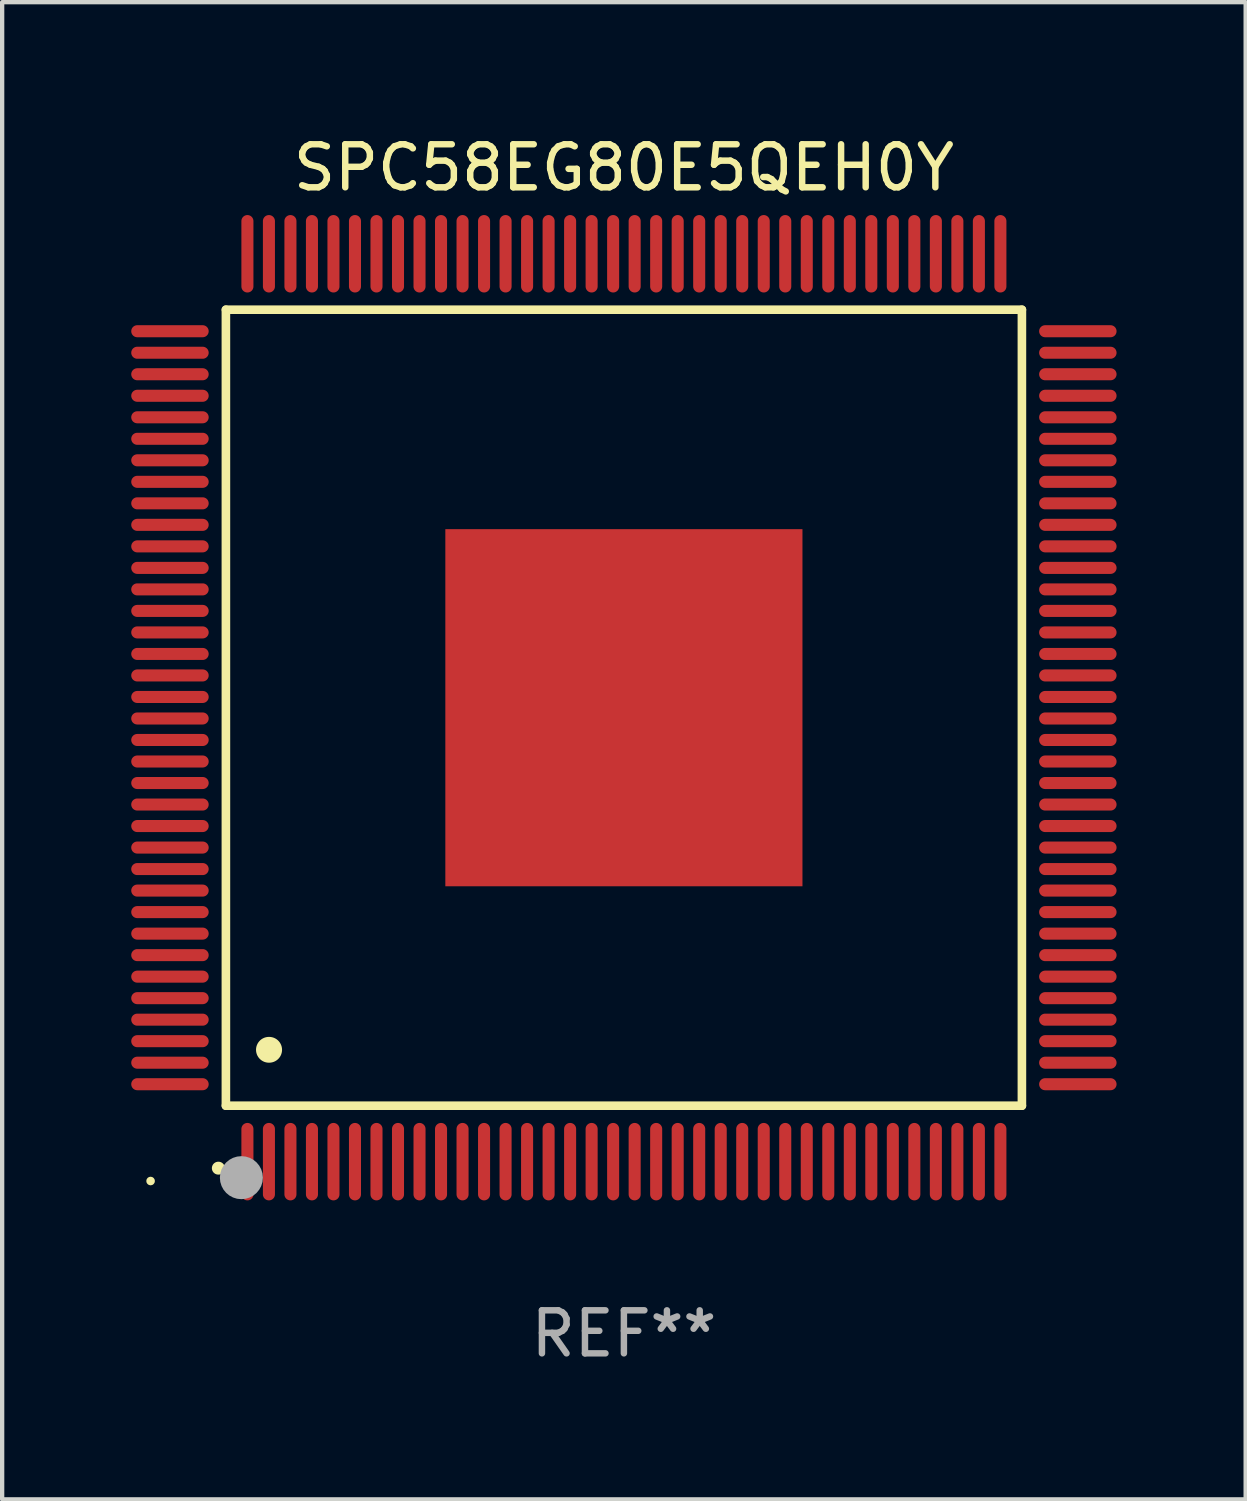
<source format=kicad_pcb>
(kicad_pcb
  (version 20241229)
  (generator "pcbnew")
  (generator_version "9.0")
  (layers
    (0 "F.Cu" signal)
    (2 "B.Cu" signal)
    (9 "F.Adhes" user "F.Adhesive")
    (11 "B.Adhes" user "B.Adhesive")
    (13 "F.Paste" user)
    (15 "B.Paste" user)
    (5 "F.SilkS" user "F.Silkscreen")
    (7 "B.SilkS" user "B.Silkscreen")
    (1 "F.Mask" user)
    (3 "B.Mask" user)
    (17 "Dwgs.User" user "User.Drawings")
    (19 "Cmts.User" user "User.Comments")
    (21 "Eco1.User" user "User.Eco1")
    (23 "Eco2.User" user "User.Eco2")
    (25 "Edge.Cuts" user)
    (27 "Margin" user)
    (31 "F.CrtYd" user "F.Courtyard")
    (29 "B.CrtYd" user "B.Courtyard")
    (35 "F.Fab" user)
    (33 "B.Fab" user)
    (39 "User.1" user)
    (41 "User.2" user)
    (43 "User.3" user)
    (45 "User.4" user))
  (footprint "SPC58EG80E5QEH0Y"
    (layer "F.Cu")
    (at 11.45 13.398)
    (property "Reference" "SPC58EG80E5QEH0Y" (at 0 -12.55 0) (layer "F.SilkS") (effects (font (size 1 1) (thickness 0.15))))
    (attr through_hole)
    (fp_line (start -9.25 -9.25) (end 9.25 -9.25) (stroke (width 0.2) (type solid)) (layer "F.SilkS"))
    (fp_line (start -9.25 9.25) (end -9.25 -9.25) (stroke (width 0.2) (type solid)) (layer "F.SilkS"))
    (fp_line (start 9.25 -9.25) (end 9.25 9.25) (stroke (width 0.2) (type solid)) (layer "F.SilkS"))
    (fp_line (start 9.25 9.25) (end -9.25 9.25) (stroke (width 0.2) (type solid)) (layer "F.SilkS"))
    (fp_arc (start -9.425959 10.701041) (mid -9.424689 10.701036) (end -9.423419 10.701041) (stroke (width 0.3) (type solid)) (layer "F.SilkS"))
    (fp_arc (start -8.249936 7.950216) (mid -8.247396 7.950205) (end -8.244856 7.950216) (stroke (width 0.6) (type solid)) (layer "F.SilkS"))
    (fp_circle (center -11 11) (end -10.95 11) (stroke (width 0.1) (type solid)) (fill no) (layer "F.SilkS"))
    (fp_circle (center -8.89 10.922) (end -8.64 10.922) (stroke (width 0.5) (type solid)) (fill no) (layer "F.Fab"))
    (fp_text user "REF**" (at 0 14.55 0) (layer "F.Fab") (effects (font (size 1 1) (thickness 0.15))))
    (pad "1" smd oval (at -8.75 10.55) (size 0.28 1.8) (layers "F.Cu" "F.Mask" "F.Paste"))
    (pad "2" smd oval (at -8.25 10.55) (size 0.28 1.8) (layers "F.Cu" "F.Mask" "F.Paste"))
    (pad "3" smd oval (at -7.75 10.55) (size 0.28 1.8) (layers "F.Cu" "F.Mask" "F.Paste"))
    (pad "4" smd oval (at -7.25 10.55) (size 0.28 1.8) (layers "F.Cu" "F.Mask" "F.Paste"))
    (pad "5" smd oval (at -6.75 10.55) (size 0.28 1.8) (layers "F.Cu" "F.Mask" "F.Paste"))
    (pad "6" smd oval (at -6.25 10.55) (size 0.28 1.8) (layers "F.Cu" "F.Mask" "F.Paste"))
    (pad "7" smd oval (at -5.75 10.55) (size 0.28 1.8) (layers "F.Cu" "F.Mask" "F.Paste"))
    (pad "8" smd oval (at -5.25 10.55) (size 0.28 1.8) (layers "F.Cu" "F.Mask" "F.Paste"))
    (pad "9" smd oval (at -4.75 10.55) (size 0.28 1.8) (layers "F.Cu" "F.Mask" "F.Paste"))
    (pad "10" smd oval (at -4.25 10.55) (size 0.28 1.8) (layers "F.Cu" "F.Mask" "F.Paste"))
    (pad "11" smd oval (at -3.75 10.55) (size 0.28 1.8) (layers "F.Cu" "F.Mask" "F.Paste"))
    (pad "12" smd oval (at -3.25 10.55) (size 0.28 1.8) (layers "F.Cu" "F.Mask" "F.Paste"))
    (pad "13" smd oval (at -2.75 10.55) (size 0.28 1.8) (layers "F.Cu" "F.Mask" "F.Paste"))
    (pad "14" smd oval (at -2.25 10.55) (size 0.28 1.8) (layers "F.Cu" "F.Mask" "F.Paste"))
    (pad "15" smd oval (at -1.75 10.55) (size 0.28 1.8) (layers "F.Cu" "F.Mask" "F.Paste"))
    (pad "16" smd oval (at -1.25 10.55) (size 0.28 1.8) (layers "F.Cu" "F.Mask" "F.Paste"))
    (pad "17" smd oval (at -0.75 10.55) (size 0.28 1.8) (layers "F.Cu" "F.Mask" "F.Paste"))
    (pad "18" smd oval (at -0.25 10.55) (size 0.28 1.8) (layers "F.Cu" "F.Mask" "F.Paste"))
    (pad "19" smd oval (at 0.25 10.55) (size 0.28 1.8) (layers "F.Cu" "F.Mask" "F.Paste"))
    (pad "20" smd oval (at 0.75 10.55) (size 0.28 1.8) (layers "F.Cu" "F.Mask" "F.Paste"))
    (pad "21" smd oval (at 1.25 10.55) (size 0.28 1.8) (layers "F.Cu" "F.Mask" "F.Paste"))
    (pad "22" smd oval (at 1.75 10.55) (size 0.28 1.8) (layers "F.Cu" "F.Mask" "F.Paste"))
    (pad "23" smd oval (at 2.25 10.55) (size 0.28 1.8) (layers "F.Cu" "F.Mask" "F.Paste"))
    (pad "24" smd oval (at 2.75 10.55) (size 0.28 1.8) (layers "F.Cu" "F.Mask" "F.Paste"))
    (pad "25" smd oval (at 3.25 10.55) (size 0.28 1.8) (layers "F.Cu" "F.Mask" "F.Paste"))
    (pad "26" smd oval (at 3.75 10.55) (size 0.28 1.8) (layers "F.Cu" "F.Mask" "F.Paste"))
    (pad "27" smd oval (at 4.25 10.55) (size 0.28 1.8) (layers "F.Cu" "F.Mask" "F.Paste"))
    (pad "28" smd oval (at 4.75 10.55) (size 0.28 1.8) (layers "F.Cu" "F.Mask" "F.Paste"))
    (pad "29" smd oval (at 5.25 10.55) (size 0.28 1.8) (layers "F.Cu" "F.Mask" "F.Paste"))
    (pad "30" smd oval (at 5.75 10.55) (size 0.28 1.8) (layers "F.Cu" "F.Mask" "F.Paste"))
    (pad "31" smd oval (at 6.25 10.55) (size 0.28 1.8) (layers "F.Cu" "F.Mask" "F.Paste"))
    (pad "32" smd oval (at 6.75 10.55) (size 0.28 1.8) (layers "F.Cu" "F.Mask" "F.Paste"))
    (pad "33" smd oval (at 7.25 10.55) (size 0.28 1.8) (layers "F.Cu" "F.Mask" "F.Paste"))
    (pad "34" smd oval (at 7.75 10.55) (size 0.28 1.8) (layers "F.Cu" "F.Mask" "F.Paste"))
    (pad "35" smd oval (at 8.25 10.55) (size 0.28 1.8) (layers "F.Cu" "F.Mask" "F.Paste"))
    (pad "36" smd oval (at 8.75 10.55) (size 0.28 1.8) (layers "F.Cu" "F.Mask" "F.Paste"))
    (pad "37" smd oval (at 10.55 8.75) (size 1.8 0.28) (layers "F.Cu" "F.Mask" "F.Paste"))
    (pad "38" smd oval (at 10.55 8.25) (size 1.8 0.28) (layers "F.Cu" "F.Mask" "F.Paste"))
    (pad "39" smd oval (at 10.55 7.75) (size 1.8 0.28) (layers "F.Cu" "F.Mask" "F.Paste"))
    (pad "40" smd oval (at 10.55 7.25) (size 1.8 0.28) (layers "F.Cu" "F.Mask" "F.Paste"))
    (pad "41" smd oval (at 10.55 6.75) (size 1.8 0.28) (layers "F.Cu" "F.Mask" "F.Paste"))
    (pad "42" smd oval (at 10.55 6.25) (size 1.8 0.28) (layers "F.Cu" "F.Mask" "F.Paste"))
    (pad "43" smd oval (at 10.55 5.75) (size 1.8 0.28) (layers "F.Cu" "F.Mask" "F.Paste"))
    (pad "44" smd oval (at 10.55 5.25) (size 1.8 0.28) (layers "F.Cu" "F.Mask" "F.Paste"))
    (pad "45" smd oval (at 10.55 4.75) (size 1.8 0.28) (layers "F.Cu" "F.Mask" "F.Paste"))
    (pad "46" smd oval (at 10.55 4.25) (size 1.8 0.28) (layers "F.Cu" "F.Mask" "F.Paste"))
    (pad "47" smd oval (at 10.55 3.75) (size 1.8 0.28) (layers "F.Cu" "F.Mask" "F.Paste"))
    (pad "48" smd oval (at 10.55 3.25) (size 1.8 0.28) (layers "F.Cu" "F.Mask" "F.Paste"))
    (pad "49" smd oval (at 10.55 2.75) (size 1.8 0.28) (layers "F.Cu" "F.Mask" "F.Paste"))
    (pad "50" smd oval (at 10.55 2.25) (size 1.8 0.28) (layers "F.Cu" "F.Mask" "F.Paste"))
    (pad "51" smd oval (at 10.55 1.75) (size 1.8 0.28) (layers "F.Cu" "F.Mask" "F.Paste"))
    (pad "52" smd oval (at 10.55 1.25) (size 1.8 0.28) (layers "F.Cu" "F.Mask" "F.Paste"))
    (pad "53" smd oval (at 10.55 0.75) (size 1.8 0.28) (layers "F.Cu" "F.Mask" "F.Paste"))
    (pad "54" smd oval (at 10.55 0.25) (size 1.8 0.28) (layers "F.Cu" "F.Mask" "F.Paste"))
    (pad "55" smd oval (at 10.55 -0.25) (size 1.8 0.28) (layers "F.Cu" "F.Mask" "F.Paste"))
    (pad "56" smd oval (at 10.55 -0.75) (size 1.8 0.28) (layers "F.Cu" "F.Mask" "F.Paste"))
    (pad "57" smd oval (at 10.55 -1.25) (size 1.8 0.28) (layers "F.Cu" "F.Mask" "F.Paste"))
    (pad "58" smd oval (at 10.55 -1.75) (size 1.8 0.28) (layers "F.Cu" "F.Mask" "F.Paste"))
    (pad "59" smd oval (at 10.55 -2.25) (size 1.8 0.28) (layers "F.Cu" "F.Mask" "F.Paste"))
    (pad "60" smd oval (at 10.55 -2.75) (size 1.8 0.28) (layers "F.Cu" "F.Mask" "F.Paste"))
    (pad "61" smd oval (at 10.55 -3.25) (size 1.8 0.28) (layers "F.Cu" "F.Mask" "F.Paste"))
    (pad "62" smd oval (at 10.55 -3.75) (size 1.8 0.28) (layers "F.Cu" "F.Mask" "F.Paste"))
    (pad "63" smd oval (at 10.55 -4.25) (size 1.8 0.28) (layers "F.Cu" "F.Mask" "F.Paste"))
    (pad "64" smd oval (at 10.55 -4.75) (size 1.8 0.28) (layers "F.Cu" "F.Mask" "F.Paste"))
    (pad "65" smd oval (at 10.55 -5.25) (size 1.8 0.28) (layers "F.Cu" "F.Mask" "F.Paste"))
    (pad "66" smd oval (at 10.55 -5.75) (size 1.8 0.28) (layers "F.Cu" "F.Mask" "F.Paste"))
    (pad "67" smd oval (at 10.55 -6.25) (size 1.8 0.28) (layers "F.Cu" "F.Mask" "F.Paste"))
    (pad "68" smd oval (at 10.55 -6.75) (size 1.8 0.28) (layers "F.Cu" "F.Mask" "F.Paste"))
    (pad "69" smd oval (at 10.55 -7.25) (size 1.8 0.28) (layers "F.Cu" "F.Mask" "F.Paste"))
    (pad "70" smd oval (at 10.55 -7.75) (size 1.8 0.28) (layers "F.Cu" "F.Mask" "F.Paste"))
    (pad "71" smd oval (at 10.55 -8.25) (size 1.8 0.28) (layers "F.Cu" "F.Mask" "F.Paste"))
    (pad "72" smd oval (at 10.55 -8.75) (size 1.8 0.28) (layers "F.Cu" "F.Mask" "F.Paste"))
    (pad "73" smd oval (at 8.75 -10.55) (size 0.28 1.8) (layers "F.Cu" "F.Mask" "F.Paste"))
    (pad "74" smd oval (at 8.25 -10.55) (size 0.28 1.8) (layers "F.Cu" "F.Mask" "F.Paste"))
    (pad "75" smd oval (at 7.75 -10.55) (size 0.28 1.8) (layers "F.Cu" "F.Mask" "F.Paste"))
    (pad "76" smd oval (at 7.25 -10.55) (size 0.28 1.8) (layers "F.Cu" "F.Mask" "F.Paste"))
    (pad "77" smd oval (at 6.75 -10.55) (size 0.28 1.8) (layers "F.Cu" "F.Mask" "F.Paste"))
    (pad "78" smd oval (at 6.25 -10.55) (size 0.28 1.8) (layers "F.Cu" "F.Mask" "F.Paste"))
    (pad "79" smd oval (at 5.75 -10.55) (size 0.28 1.8) (layers "F.Cu" "F.Mask" "F.Paste"))
    (pad "80" smd oval (at 5.25 -10.55) (size 0.28 1.8) (layers "F.Cu" "F.Mask" "F.Paste"))
    (pad "81" smd oval (at 4.75 -10.55) (size 0.28 1.8) (layers "F.Cu" "F.Mask" "F.Paste"))
    (pad "82" smd oval (at 4.25 -10.55) (size 0.28 1.8) (layers "F.Cu" "F.Mask" "F.Paste"))
    (pad "83" smd oval (at 3.75 -10.55) (size 0.28 1.8) (layers "F.Cu" "F.Mask" "F.Paste"))
    (pad "84" smd oval (at 3.25 -10.55) (size 0.28 1.8) (layers "F.Cu" "F.Mask" "F.Paste"))
    (pad "85" smd oval (at 2.75 -10.55) (size 0.28 1.8) (layers "F.Cu" "F.Mask" "F.Paste"))
    (pad "86" smd oval (at 2.25 -10.55) (size 0.28 1.8) (layers "F.Cu" "F.Mask" "F.Paste"))
    (pad "87" smd oval (at 1.75 -10.55) (size 0.28 1.8) (layers "F.Cu" "F.Mask" "F.Paste"))
    (pad "88" smd oval (at 1.25 -10.55) (size 0.28 1.8) (layers "F.Cu" "F.Mask" "F.Paste"))
    (pad "89" smd oval (at 0.75 -10.55) (size 0.28 1.8) (layers "F.Cu" "F.Mask" "F.Paste"))
    (pad "90" smd oval (at 0.25 -10.55) (size 0.28 1.8) (layers "F.Cu" "F.Mask" "F.Paste"))
    (pad "91" smd oval (at -0.25 -10.55) (size 0.28 1.8) (layers "F.Cu" "F.Mask" "F.Paste"))
    (pad "92" smd oval (at -0.75 -10.55) (size 0.28 1.8) (layers "F.Cu" "F.Mask" "F.Paste"))
    (pad "93" smd oval (at -1.25 -10.55) (size 0.28 1.8) (layers "F.Cu" "F.Mask" "F.Paste"))
    (pad "94" smd oval (at -1.75 -10.55) (size 0.28 1.8) (layers "F.Cu" "F.Mask" "F.Paste"))
    (pad "95" smd oval (at -2.25 -10.55) (size 0.28 1.8) (layers "F.Cu" "F.Mask" "F.Paste"))
    (pad "96" smd oval (at -2.75 -10.55) (size 0.28 1.8) (layers "F.Cu" "F.Mask" "F.Paste"))
    (pad "97" smd oval (at -3.25 -10.55) (size 0.28 1.8) (layers "F.Cu" "F.Mask" "F.Paste"))
    (pad "98" smd oval (at -3.75 -10.55) (size 0.28 1.8) (layers "F.Cu" "F.Mask" "F.Paste"))
    (pad "99" smd oval (at -4.25 -10.55) (size 0.28 1.8) (layers "F.Cu" "F.Mask" "F.Paste"))
    (pad "100" smd oval (at -4.75 -10.55) (size 0.28 1.8) (layers "F.Cu" "F.Mask" "F.Paste"))
    (pad "101" smd oval (at -5.25 -10.55) (size 0.28 1.8) (layers "F.Cu" "F.Mask" "F.Paste"))
    (pad "102" smd oval (at -5.75 -10.55) (size 0.28 1.8) (layers "F.Cu" "F.Mask" "F.Paste"))
    (pad "103" smd oval (at -6.25 -10.55) (size 0.28 1.8) (layers "F.Cu" "F.Mask" "F.Paste"))
    (pad "104" smd oval (at -6.75 -10.55) (size 0.28 1.8) (layers "F.Cu" "F.Mask" "F.Paste"))
    (pad "105" smd oval (at -7.25 -10.55) (size 0.28 1.8) (layers "F.Cu" "F.Mask" "F.Paste"))
    (pad "106" smd oval (at -7.75 -10.55) (size 0.28 1.8) (layers "F.Cu" "F.Mask" "F.Paste"))
    (pad "107" smd oval (at -8.25 -10.55) (size 0.28 1.8) (layers "F.Cu" "F.Mask" "F.Paste"))
    (pad "108" smd oval (at -8.75 -10.55) (size 0.28 1.8) (layers "F.Cu" "F.Mask" "F.Paste"))
    (pad "109" smd oval (at -10.55 -8.75) (size 1.8 0.28) (layers "F.Cu" "F.Mask" "F.Paste"))
    (pad "110" smd oval (at -10.55 -8.25) (size 1.8 0.28) (layers "F.Cu" "F.Mask" "F.Paste"))
    (pad "111" smd oval (at -10.55 -7.75) (size 1.8 0.28) (layers "F.Cu" "F.Mask" "F.Paste"))
    (pad "112" smd oval (at -10.55 -7.25) (size 1.8 0.28) (layers "F.Cu" "F.Mask" "F.Paste"))
    (pad "113" smd oval (at -10.55 -6.75) (size 1.8 0.28) (layers "F.Cu" "F.Mask" "F.Paste"))
    (pad "114" smd oval (at -10.55 -6.25) (size 1.8 0.28) (layers "F.Cu" "F.Mask" "F.Paste"))
    (pad "115" smd oval (at -10.55 -5.75) (size 1.8 0.28) (layers "F.Cu" "F.Mask" "F.Paste"))
    (pad "116" smd oval (at -10.55 -5.25) (size 1.8 0.28) (layers "F.Cu" "F.Mask" "F.Paste"))
    (pad "117" smd oval (at -10.55 -4.75) (size 1.8 0.28) (layers "F.Cu" "F.Mask" "F.Paste"))
    (pad "118" smd oval (at -10.55 -4.25) (size 1.8 0.28) (layers "F.Cu" "F.Mask" "F.Paste"))
    (pad "119" smd oval (at -10.55 -3.75) (size 1.8 0.28) (layers "F.Cu" "F.Mask" "F.Paste"))
    (pad "120" smd oval (at -10.55 -3.25) (size 1.8 0.28) (layers "F.Cu" "F.Mask" "F.Paste"))
    (pad "121" smd oval (at -10.55 -2.75) (size 1.8 0.28) (layers "F.Cu" "F.Mask" "F.Paste"))
    (pad "122" smd oval (at -10.55 -2.25) (size 1.8 0.28) (layers "F.Cu" "F.Mask" "F.Paste"))
    (pad "123" smd oval (at -10.55 -1.75) (size 1.8 0.28) (layers "F.Cu" "F.Mask" "F.Paste"))
    (pad "124" smd oval (at -10.55 -1.25) (size 1.8 0.28) (layers "F.Cu" "F.Mask" "F.Paste"))
    (pad "125" smd oval (at -10.55 -0.75) (size 1.8 0.28) (layers "F.Cu" "F.Mask" "F.Paste"))
    (pad "126" smd oval (at -10.55 -0.25) (size 1.8 0.28) (layers "F.Cu" "F.Mask" "F.Paste"))
    (pad "127" smd oval (at -10.55 0.25) (size 1.8 0.28) (layers "F.Cu" "F.Mask" "F.Paste"))
    (pad "128" smd oval (at -10.55 0.75) (size 1.8 0.28) (layers "F.Cu" "F.Mask" "F.Paste"))
    (pad "129" smd oval (at -10.55 1.25) (size 1.8 0.28) (layers "F.Cu" "F.Mask" "F.Paste"))
    (pad "130" smd oval (at -10.55 1.75) (size 1.8 0.28) (layers "F.Cu" "F.Mask" "F.Paste"))
    (pad "131" smd oval (at -10.55 2.25) (size 1.8 0.28) (layers "F.Cu" "F.Mask" "F.Paste"))
    (pad "132" smd oval (at -10.55 2.75) (size 1.8 0.28) (layers "F.Cu" "F.Mask" "F.Paste"))
    (pad "133" smd oval (at -10.55 3.25) (size 1.8 0.28) (layers "F.Cu" "F.Mask" "F.Paste"))
    (pad "134" smd oval (at -10.55 3.75) (size 1.8 0.28) (layers "F.Cu" "F.Mask" "F.Paste"))
    (pad "135" smd oval (at -10.55 4.25) (size 1.8 0.28) (layers "F.Cu" "F.Mask" "F.Paste"))
    (pad "136" smd oval (at -10.55 4.75) (size 1.8 0.28) (layers "F.Cu" "F.Mask" "F.Paste"))
    (pad "137" smd oval (at -10.55 5.25) (size 1.8 0.28) (layers "F.Cu" "F.Mask" "F.Paste"))
    (pad "138" smd oval (at -10.55 5.75) (size 1.8 0.28) (layers "F.Cu" "F.Mask" "F.Paste"))
    (pad "139" smd oval (at -10.55 6.25) (size 1.8 0.28) (layers "F.Cu" "F.Mask" "F.Paste"))
    (pad "140" smd oval (at -10.55 6.75) (size 1.8 0.28) (layers "F.Cu" "F.Mask" "F.Paste"))
    (pad "141" smd oval (at -10.55 7.25) (size 1.8 0.28) (layers "F.Cu" "F.Mask" "F.Paste"))
    (pad "142" smd oval (at -10.55 7.75) (size 1.8 0.28) (layers "F.Cu" "F.Mask" "F.Paste"))
    (pad "143" smd oval (at -10.55 8.25) (size 1.8 0.28) (layers "F.Cu" "F.Mask" "F.Paste"))
    (pad "144" smd oval (at -10.55 8.75) (size 1.8 0.28) (layers "F.Cu" "F.Mask" "F.Paste"))
    (pad "145" smd rect (at 0 0) (size 8.3 8.3) (layers "F.Cu" "F.Mask" "F.Paste")))
  (gr_rect
    (start -3 -3)
    (end 25.9 31.796)
    (stroke (width 0.1) (type default))
    (fill no)
    (layer "Edge.Cuts")))
</source>
